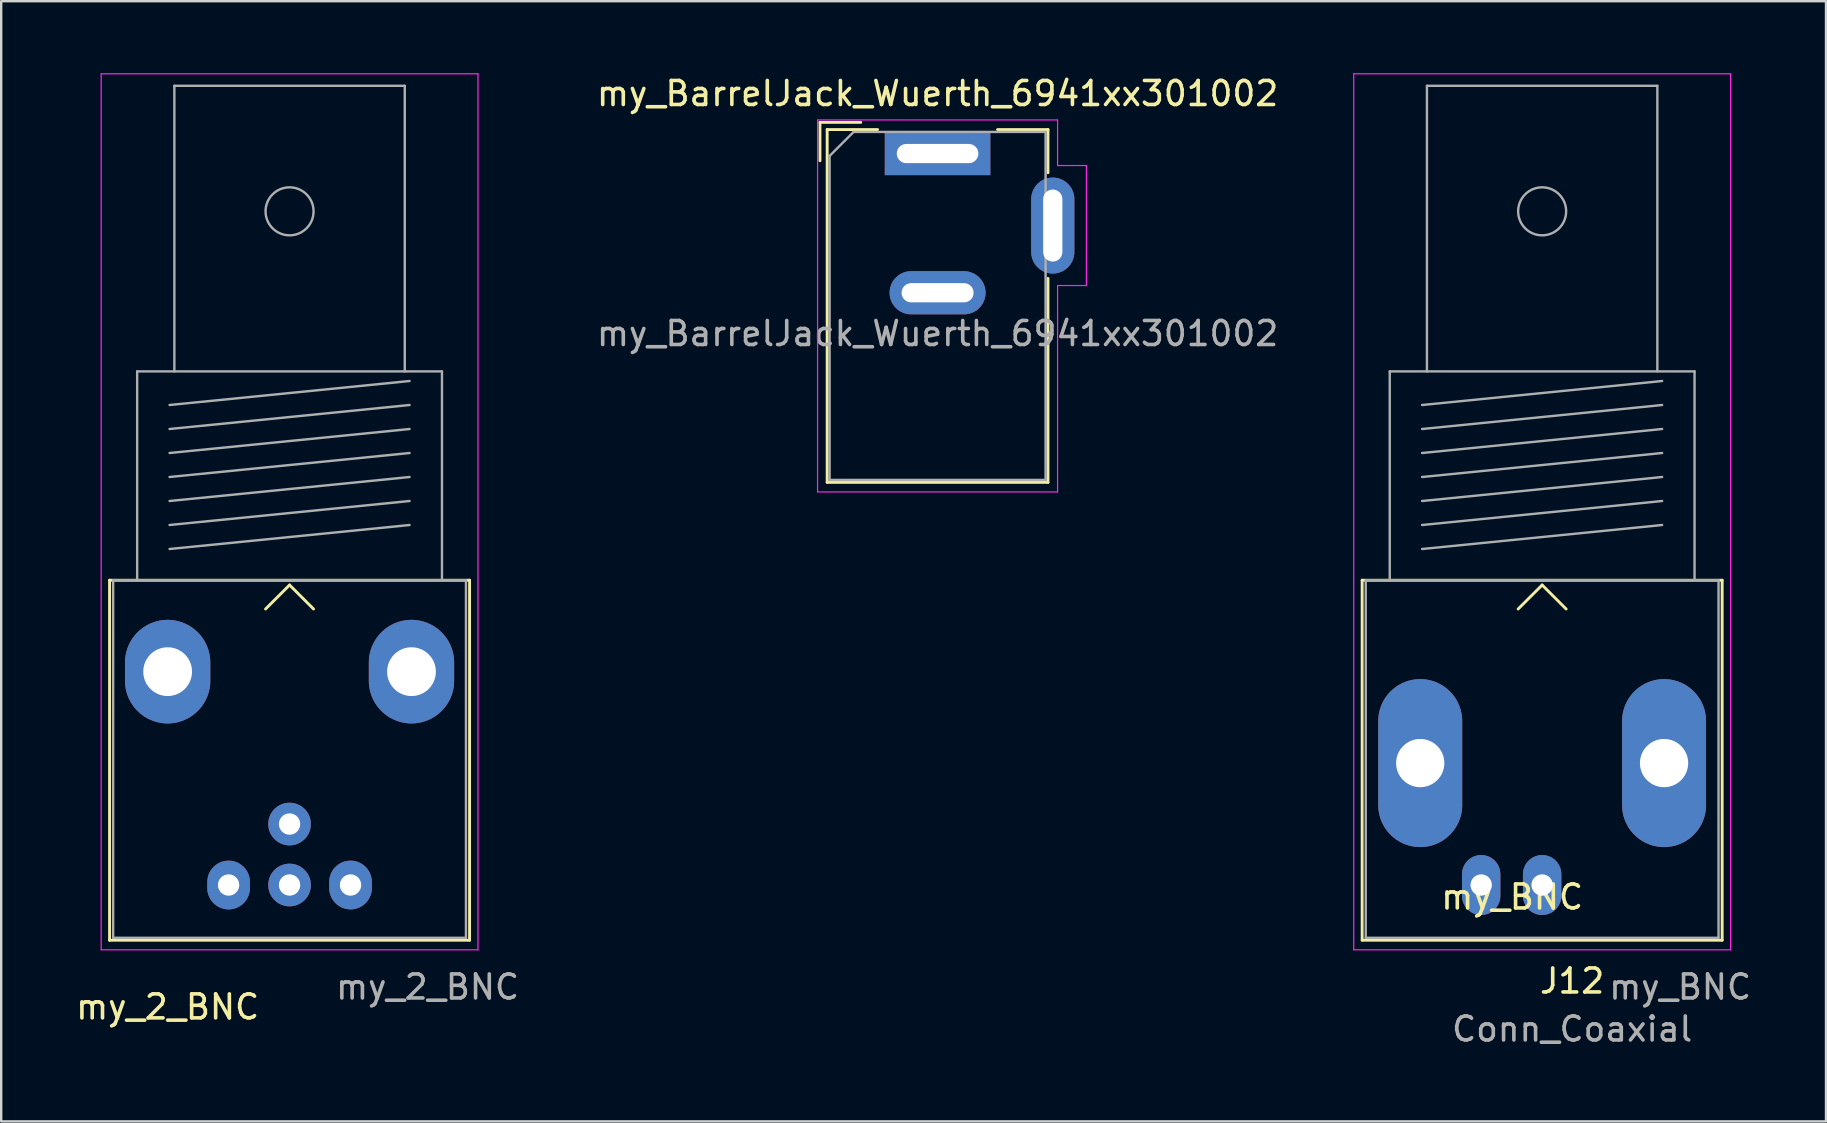
<source format=kicad_pcb>
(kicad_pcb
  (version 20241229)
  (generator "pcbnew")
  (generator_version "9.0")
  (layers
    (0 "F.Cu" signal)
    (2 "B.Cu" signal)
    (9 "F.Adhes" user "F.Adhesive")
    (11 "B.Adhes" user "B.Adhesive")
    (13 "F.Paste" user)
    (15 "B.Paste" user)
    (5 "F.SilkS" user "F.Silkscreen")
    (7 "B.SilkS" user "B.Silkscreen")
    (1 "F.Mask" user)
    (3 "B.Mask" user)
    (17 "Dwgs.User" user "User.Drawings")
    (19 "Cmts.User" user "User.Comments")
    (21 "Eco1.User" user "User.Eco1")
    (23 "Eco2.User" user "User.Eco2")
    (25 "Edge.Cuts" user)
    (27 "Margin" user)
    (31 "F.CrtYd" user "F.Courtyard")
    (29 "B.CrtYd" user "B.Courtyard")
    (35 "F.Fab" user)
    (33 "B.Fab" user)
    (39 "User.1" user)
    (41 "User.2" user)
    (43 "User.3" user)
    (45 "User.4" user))
  (footprint "my_2_BNC"
    (layer "F.Cu")
    (at 9.015 33.825)
    (property "Reference" "my_2_BNC" (at -5.08 5.08 0) (layer "F.SilkS") (effects (font (size 1 1) (thickness 0.15))))
    (attr through_hole)
    (fp_line (start -7.5 -12.7) (end 7.5 -12.7) (stroke (width 0.12) (type solid)) (layer "F.SilkS"))
    (fp_line (start -7.5 2.3) (end -7.5 -12.7) (stroke (width 0.12) (type solid)) (layer "F.SilkS"))
    (fp_line (start 0 -12.5) (end -1 -11.5) (stroke (width 0.12) (type solid)) (layer "F.SilkS"))
    (fp_line (start 0 -12.5) (end 1 -11.5) (stroke (width 0.12) (type solid)) (layer "F.SilkS"))
    (fp_line (start 7.5 -12.7) (end 7.5 2.3) (stroke (width 0.12) (type solid)) (layer "F.SilkS"))
    (fp_line (start 7.5 2.3) (end -7.5 2.3) (stroke (width 0.12) (type solid)) (layer "F.SilkS"))
    (fp_line (start -7.85 2.7) (end -7.85 -33.8) (stroke (width 0.05) (type solid)) (layer "F.CrtYd"))
    (fp_line (start -7.85 2.7) (end 7.85 2.7) (stroke (width 0.05) (type solid)) (layer "F.CrtYd"))
    (fp_line (start 7.85 -33.8) (end -7.85 -33.8) (stroke (width 0.05) (type solid)) (layer "F.CrtYd"))
    (fp_line (start 7.85 2.7) (end 7.85 -33.8) (stroke (width 0.05) (type solid)) (layer "F.CrtYd"))
    (fp_line (start -7.35 -12.7) (end -7.35 2.2) (stroke (width 0.1) (type solid)) (layer "F.Fab"))
    (fp_line (start -7.35 2.2) (end 7.35 2.2) (stroke (width 0.1) (type solid)) (layer "F.Fab"))
    (fp_line (start -6.35 -21.4) (end -6.35 -12.7) (stroke (width 0.1) (type solid)) (layer "F.Fab"))
    (fp_line (start -5 -20) (end 5 -21) (stroke (width 0.1) (type solid)) (layer "F.Fab"))
    (fp_line (start -5 -19) (end 5 -20) (stroke (width 0.1) (type solid)) (layer "F.Fab"))
    (fp_line (start -5 -18) (end 5 -19) (stroke (width 0.1) (type solid)) (layer "F.Fab"))
    (fp_line (start -5 -17) (end 5 -18) (stroke (width 0.1) (type solid)) (layer "F.Fab"))
    (fp_line (start -5 -16) (end 5 -17) (stroke (width 0.1) (type solid)) (layer "F.Fab"))
    (fp_line (start -5 -15) (end 5 -16) (stroke (width 0.1) (type solid)) (layer "F.Fab"))
    (fp_line (start -5 -14) (end 5 -15) (stroke (width 0.1) (type solid)) (layer "F.Fab"))
    (fp_line (start -4.8 -33.3) (end -4.8 -21.4) (stroke (width 0.1) (type solid)) (layer "F.Fab"))
    (fp_line (start 4.8 -33.3) (end -4.8 -33.3) (stroke (width 0.1) (type solid)) (layer "F.Fab"))
    (fp_line (start 4.8 -21.4) (end 4.8 -33.3) (stroke (width 0.1) (type solid)) (layer "F.Fab"))
    (fp_line (start 6.35 -21.4) (end -6.35 -21.4) (stroke (width 0.1) (type solid)) (layer "F.Fab"))
    (fp_line (start 6.35 -12.7) (end 6.35 -21.4) (stroke (width 0.1) (type solid)) (layer "F.Fab"))
    (fp_line (start 7.35 -12.7) (end -7.35 -12.7) (stroke (width 0.1) (type solid)) (layer "F.Fab"))
    (fp_line (start 7.35 2.2) (end 7.35 -12.7) (stroke (width 0.1) (type solid)) (layer "F.Fab"))
    (fp_circle (center 0 -28.07) (end 1 -28.07) (stroke (width 0.1) (type solid)) (fill no) (layer "F.Fab"))
    (fp_text user "${REFERENCE}" (at 5.75 4.25 0) (layer "F.Fab") (effects (font (size 1 1) (thickness 0.15))))
    (pad "1" thru_hole circle (at 0 -2.54) (size 1.778 1.778) (drill 0.889) (layers "*.Cu" "*.Mask"))
    (pad "2" thru_hole circle (at 0 0) (size 1.778 1.778) (drill 0.889) (layers "*.Cu" "*.Mask"))
    (pad "3" thru_hole oval (at -5.08 -8.89) (size 3.556 4.318) (drill 2.032) (layers "*.Cu" "*.Mask"))
    (pad "3" thru_hole oval (at -2.54 0) (size 1.778 2.032) (drill 0.889) (layers "*.Cu" "*.Mask"))
    (pad "3" thru_hole oval (at 2.54 0) (size 1.778 2.032) (drill 0.889) (layers "*.Cu" "*.Mask"))
    (pad "3" thru_hole oval (at 5.08 -8.89) (size 3.556 4.318) (drill 2.032) (layers "*.Cu" "*.Mask")))
  (footprint "my_BarrelJack_Wuerth_6941xx301002"
    (layer "F.Cu")
    (at 36.015 3.348)
    (property "Reference" "my_BarrelJack_Wuerth_6941xx301002" (at 0 -2.5 0) (layer "F.SilkS") (effects (font (size 1 1) (thickness 0.15))))
    (attr through_hole)
    (fp_line (start -4.9 -1.3) (end -4.9 0.3) (stroke (width 0.12) (type solid)) (layer "F.SilkS"))
    (fp_line (start -4.6 -1) (end -2.5 -1) (stroke (width 0.12) (type solid)) (layer "F.SilkS"))
    (fp_line (start -4.6 13.7) (end -4.6 -1) (stroke (width 0.12) (type solid)) (layer "F.SilkS"))
    (fp_line (start -3.2 -1.3) (end -4.9 -1.3) (stroke (width 0.12) (type solid)) (layer "F.SilkS"))
    (fp_line (start 2.5 -1) (end 4.6 -1) (stroke (width 0.12) (type solid)) (layer "F.SilkS"))
    (fp_line (start 4.6 -1) (end 4.6 0.8) (stroke (width 0.12) (type solid)) (layer "F.SilkS"))
    (fp_line (start 4.6 5.2) (end 4.6 13.7) (stroke (width 0.12) (type solid)) (layer "F.SilkS"))
    (fp_line (start 4.6 13.7) (end -4.6 13.7) (stroke (width 0.12) (type solid)) (layer "F.SilkS"))
    (fp_line (start -5 -1.4) (end -5 14.1) (stroke (width 0.05) (type solid)) (layer "F.CrtYd"))
    (fp_line (start -5 14.1) (end 5 14.1) (stroke (width 0.05) (type solid)) (layer "F.CrtYd"))
    (fp_line (start 5 -1.4) (end -5 -1.4) (stroke (width 0.05) (type solid)) (layer "F.CrtYd"))
    (fp_line (start 5 0.5) (end 5 -1.4) (stroke (width 0.05) (type solid)) (layer "F.CrtYd"))
    (fp_line (start 5 14.1) (end 5 5.5) (stroke (width 0.05) (type solid)) (layer "F.CrtYd"))
    (fp_line (start 6.2 0.5) (end 5 0.5) (stroke (width 0.05) (type solid)) (layer "F.CrtYd"))
    (fp_line (start 6.2 0.5) (end 6.2 5.5) (stroke (width 0.05) (type solid)) (layer "F.CrtYd"))
    (fp_line (start 6.2 5.5) (end 5 5.5) (stroke (width 0.05) (type solid)) (layer "F.CrtYd"))
    (fp_line (start -4.5 0.1) (end -3.5 -0.9) (stroke (width 0.1) (type solid)) (layer "F.Fab"))
    (fp_line (start -4.5 13.6) (end -4.5 0.1) (stroke (width 0.1) (type solid)) (layer "F.Fab"))
    (fp_line (start 4.5 -0.9) (end -3.5 -0.9) (stroke (width 0.1) (type solid)) (layer "F.Fab"))
    (fp_line (start 4.5 -0.9) (end 4.5 13.6) (stroke (width 0.1) (type solid)) (layer "F.Fab"))
    (fp_line (start 4.5 13.6) (end -4.5 13.6) (stroke (width 0.1) (type solid)) (layer "F.Fab"))
    (fp_text user "${REFERENCE}" (at 0 7.5 0) (layer "F.Fab") (effects (font (size 1 1) (thickness 0.15))))
    (pad "1" thru_hole rect (at 0 0) (size 4.4 1.8) (drill oval 3.4 0.8) (layers "*.Cu" "*.Mask"))
    (pad "2" thru_hole oval (at 0 5.8) (size 4 1.8) (drill oval 3 0.8) (layers "*.Cu" "*.Mask"))
    (pad "3" thru_hole oval (at 4.8 3 90) (size 4 1.8) (drill oval 3 0.8) (layers "*.Cu" "*.Mask")))
  (footprint "my_BNC"
    (layer "F.Cu")
    (at 61.205 33.825)
    (property "Reference" "my_BNC" (at -1.25 0.5 0) (layer "F.SilkS") (effects (font (size 1 1) (thickness 0.15))))
    (attr through_hole)
    (fp_line (start -7.5 -12.7) (end 7.5 -12.7) (stroke (width 0.12) (type solid)) (layer "F.SilkS"))
    (fp_line (start -7.5 2.3) (end -7.5 -12.7) (stroke (width 0.12) (type solid)) (layer "F.SilkS"))
    (fp_line (start 0 -12.5) (end -1 -11.5) (stroke (width 0.12) (type solid)) (layer "F.SilkS"))
    (fp_line (start 0 -12.5) (end 1 -11.5) (stroke (width 0.12) (type solid)) (layer "F.SilkS"))
    (fp_line (start 7.5 -12.7) (end 7.5 2.3) (stroke (width 0.12) (type solid)) (layer "F.SilkS"))
    (fp_line (start 7.5 2.3) (end -7.5 2.3) (stroke (width 0.12) (type solid)) (layer "F.SilkS"))
    (fp_line (start -7.85 2.7) (end -7.85 -33.8) (stroke (width 0.05) (type solid)) (layer "F.CrtYd"))
    (fp_line (start -7.85 2.7) (end 7.85 2.7) (stroke (width 0.05) (type solid)) (layer "F.CrtYd"))
    (fp_line (start 7.85 -33.8) (end -7.85 -33.8) (stroke (width 0.05) (type solid)) (layer "F.CrtYd"))
    (fp_line (start 7.85 2.7) (end 7.85 -33.8) (stroke (width 0.05) (type solid)) (layer "F.CrtYd"))
    (fp_line (start -7.35 -12.7) (end -7.35 2.2) (stroke (width 0.1) (type solid)) (layer "F.Fab"))
    (fp_line (start -7.35 2.2) (end 7.35 2.2) (stroke (width 0.1) (type solid)) (layer "F.Fab"))
    (fp_line (start -6.35 -21.4) (end -6.35 -12.7) (stroke (width 0.1) (type solid)) (layer "F.Fab"))
    (fp_line (start -5 -20) (end 5 -21) (stroke (width 0.1) (type solid)) (layer "F.Fab"))
    (fp_line (start -5 -19) (end 5 -20) (stroke (width 0.1) (type solid)) (layer "F.Fab"))
    (fp_line (start -5 -18) (end 5 -19) (stroke (width 0.1) (type solid)) (layer "F.Fab"))
    (fp_line (start -5 -17) (end 5 -18) (stroke (width 0.1) (type solid)) (layer "F.Fab"))
    (fp_line (start -5 -16) (end 5 -17) (stroke (width 0.1) (type solid)) (layer "F.Fab"))
    (fp_line (start -5 -15) (end 5 -16) (stroke (width 0.1) (type solid)) (layer "F.Fab"))
    (fp_line (start -5 -14) (end 5 -15) (stroke (width 0.1) (type solid)) (layer "F.Fab"))
    (fp_line (start -4.8 -33.3) (end -4.8 -21.4) (stroke (width 0.1) (type solid)) (layer "F.Fab"))
    (fp_line (start 4.8 -33.3) (end -4.8 -33.3) (stroke (width 0.1) (type solid)) (layer "F.Fab"))
    (fp_line (start 4.8 -21.4) (end 4.8 -33.3) (stroke (width 0.1) (type solid)) (layer "F.Fab"))
    (fp_line (start 6.35 -21.4) (end -6.35 -21.4) (stroke (width 0.1) (type solid)) (layer "F.Fab"))
    (fp_line (start 6.35 -12.7) (end 6.35 -21.4) (stroke (width 0.1) (type solid)) (layer "F.Fab"))
    (fp_line (start 7.35 -12.7) (end -7.35 -12.7) (stroke (width 0.1) (type solid)) (layer "F.Fab"))
    (fp_line (start 7.35 2.2) (end 7.35 -12.7) (stroke (width 0.1) (type solid)) (layer "F.Fab"))
    (fp_circle (center 0 -28.07) (end 1 -28.07) (stroke (width 0.1) (type solid)) (fill no) (layer "F.Fab"))
    (fp_text user "J12" (at 1.25 4 0) (layer "F.SilkS") (effects (font (size 1 1) (thickness 0.15))))
    (fp_text user "${REFERENCE}" (at 5.75 4.25 0) (layer "F.Fab") (effects (font (size 1 1) (thickness 0.15))))
    (fp_text user "Conn_Coaxial" (at 1.25 6 180) (layer "F.Fab") (effects (font (size 1 1) (thickness 0.15))))
    (pad "1" thru_hole oval (at 0 0) (size 1.6 2.5) (drill 0.89) (layers "*.Cu" "*.Mask"))
    (pad "2" thru_hole oval (at -5.08 -5.08) (size 3.5 7) (drill 2.01) (layers "*.Cu" "*.Mask"))
    (pad "2" thru_hole oval (at -2.54 0) (size 1.6 2.5) (drill 0.89) (layers "*.Cu" "*.Mask"))
    (pad "2" thru_hole oval (at 5.08 -5.08) (size 3.5 7) (drill 2.01) (layers "*.Cu" "*.Mask")))
  (gr_rect
    (start -3 -3)
    (end 73.032 43.673)
    (stroke (width 0.1) (type default))
    (fill no)
    (layer "Edge.Cuts")))
</source>
